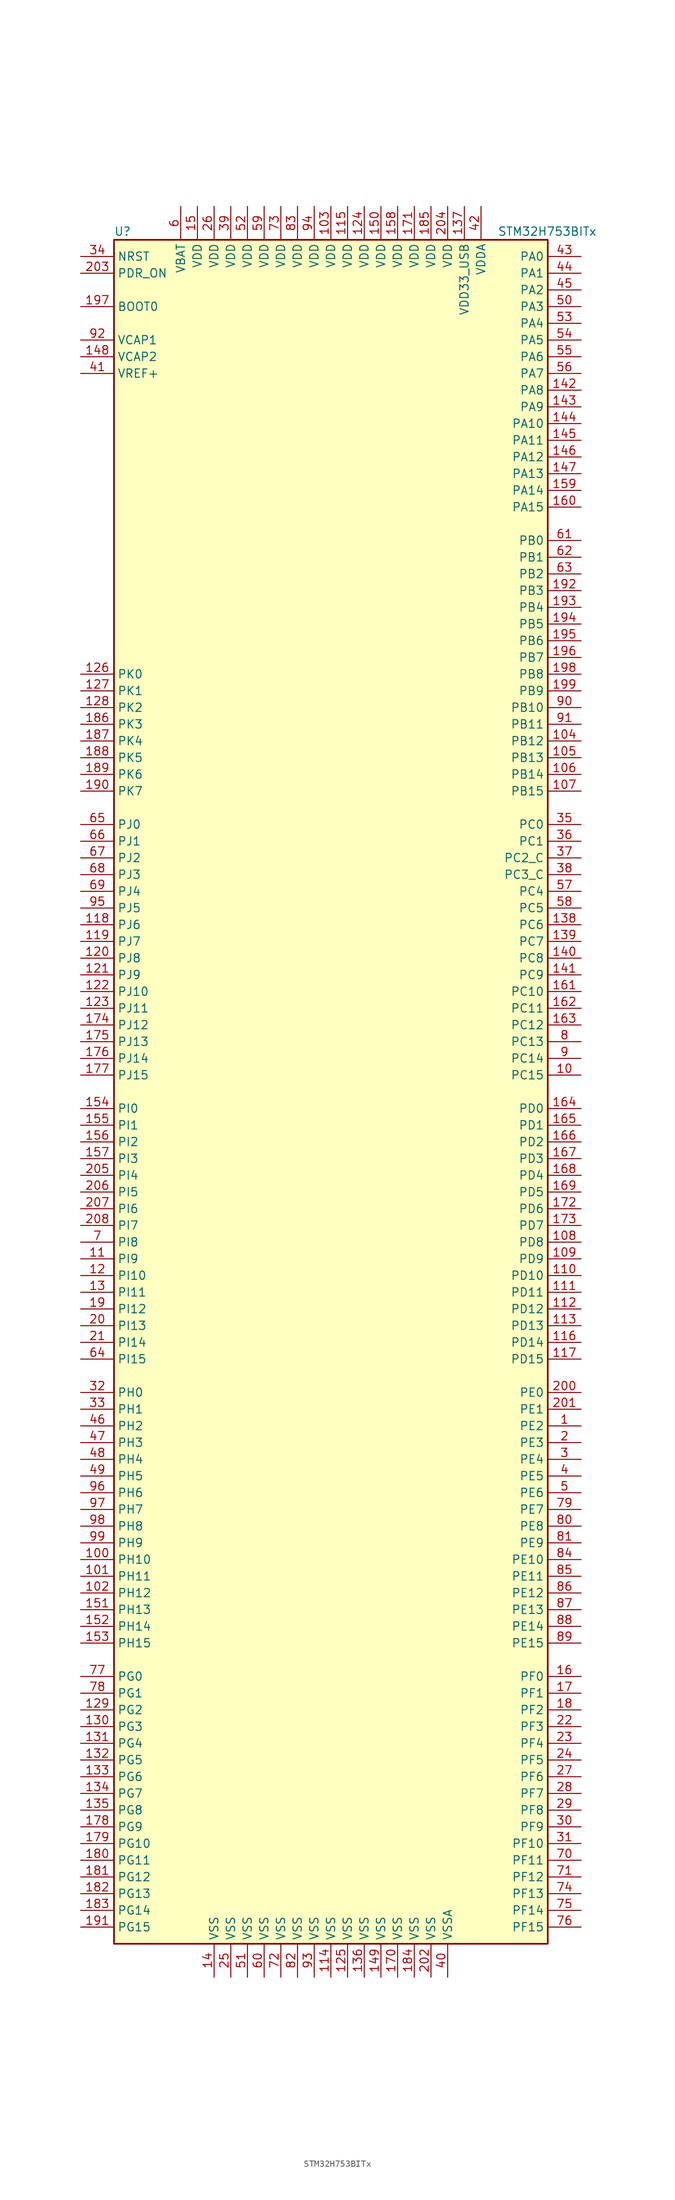
<source format=kicad_sym>
(kicad_symbol_lib
  (version 20201005)
  (generator kicad_symbol_editor)
  (symbol "STM32H753BITx"
    (property "Reference" "U"
      (at -33.02 130.81 0)
      (effects (font (size 1.27 1.27)) (justify left)))
    (property "Value" "STM32H753BITx"
      (at 25.4 130.81 0)
      (effects (font (size 1.27 1.27)) (justify left)))
    (symbol "STM32H753BITx_0_1"
      (rectangle (start -33.02 -129.54) (end 33.02 129.54) (stroke (width 0.254)) (fill (type background))))
    (symbol "STM32H753BITx_1_1"
      (pin input line (at -38.1 119.38 0) (length 5.08) (name "BOOT0" (effects (font (size 1.27 1.27)))) (number "197" (effects (font (size 1.27 1.27)))))
      (pin input line (at -38.1 127 0) (length 5.08) (name "NRST" (effects (font (size 1.27 1.27)))) (number "34" (effects (font (size 1.27 1.27)))))
      (pin bidirectional line (at 38.1 127 180) (length 5.08) (name "PA0" (effects (font (size 1.27 1.27)))) (number "43" (effects (font (size 1.27 1.27)))))
      (pin bidirectional line (at 38.1 124.46 180) (length 5.08) (name "PA1" (effects (font (size 1.27 1.27)))) (number "44" (effects (font (size 1.27 1.27)))))
      (pin bidirectional line (at 38.1 101.6 180) (length 5.08) (name "PA10" (effects (font (size 1.27 1.27)))) (number "144" (effects (font (size 1.27 1.27)))))
      (pin bidirectional line (at 38.1 99.06 180) (length 5.08) (name "PA11" (effects (font (size 1.27 1.27)))) (number "145" (effects (font (size 1.27 1.27)))))
      (pin bidirectional line (at 38.1 96.52 180) (length 5.08) (name "PA12" (effects (font (size 1.27 1.27)))) (number "146" (effects (font (size 1.27 1.27)))))
      (pin bidirectional line (at 38.1 93.98 180) (length 5.08) (name "PA13" (effects (font (size 1.27 1.27)))) (number "147" (effects (font (size 1.27 1.27)))))
      (pin bidirectional line (at 38.1 91.44 180) (length 5.08) (name "PA14" (effects (font (size 1.27 1.27)))) (number "159" (effects (font (size 1.27 1.27)))))
      (pin bidirectional line (at 38.1 88.9 180) (length 5.08) (name "PA15" (effects (font (size 1.27 1.27)))) (number "160" (effects (font (size 1.27 1.27)))))
      (pin bidirectional line (at 38.1 121.92 180) (length 5.08) (name "PA2" (effects (font (size 1.27 1.27)))) (number "45" (effects (font (size 1.27 1.27)))))
      (pin bidirectional line (at 38.1 119.38 180) (length 5.08) (name "PA3" (effects (font (size 1.27 1.27)))) (number "50" (effects (font (size 1.27 1.27)))))
      (pin bidirectional line (at 38.1 116.84 180) (length 5.08) (name "PA4" (effects (font (size 1.27 1.27)))) (number "53" (effects (font (size 1.27 1.27)))))
      (pin bidirectional line (at 38.1 114.3 180) (length 5.08) (name "PA5" (effects (font (size 1.27 1.27)))) (number "54" (effects (font (size 1.27 1.27)))))
      (pin bidirectional line (at 38.1 111.76 180) (length 5.08) (name "PA6" (effects (font (size 1.27 1.27)))) (number "55" (effects (font (size 1.27 1.27)))))
      (pin bidirectional line (at 38.1 109.22 180) (length 5.08) (name "PA7" (effects (font (size 1.27 1.27)))) (number "56" (effects (font (size 1.27 1.27)))))
      (pin bidirectional line (at 38.1 106.68 180) (length 5.08) (name "PA8" (effects (font (size 1.27 1.27)))) (number "142" (effects (font (size 1.27 1.27)))))
      (pin bidirectional line (at 38.1 104.14 180) (length 5.08) (name "PA9" (effects (font (size 1.27 1.27)))) (number "143" (effects (font (size 1.27 1.27)))))
      (pin bidirectional line (at 38.1 83.82 180) (length 5.08) (name "PB0" (effects (font (size 1.27 1.27)))) (number "61" (effects (font (size 1.27 1.27)))))
      (pin bidirectional line (at 38.1 81.28 180) (length 5.08) (name "PB1" (effects (font (size 1.27 1.27)))) (number "62" (effects (font (size 1.27 1.27)))))
      (pin bidirectional line (at 38.1 58.42 180) (length 5.08) (name "PB10" (effects (font (size 1.27 1.27)))) (number "90" (effects (font (size 1.27 1.27)))))
      (pin bidirectional line (at 38.1 55.88 180) (length 5.08) (name "PB11" (effects (font (size 1.27 1.27)))) (number "91" (effects (font (size 1.27 1.27)))))
      (pin bidirectional line (at 38.1 53.34 180) (length 5.08) (name "PB12" (effects (font (size 1.27 1.27)))) (number "104" (effects (font (size 1.27 1.27)))))
      (pin bidirectional line (at 38.1 50.8 180) (length 5.08) (name "PB13" (effects (font (size 1.27 1.27)))) (number "105" (effects (font (size 1.27 1.27)))))
      (pin bidirectional line (at 38.1 48.26 180) (length 5.08) (name "PB14" (effects (font (size 1.27 1.27)))) (number "106" (effects (font (size 1.27 1.27)))))
      (pin bidirectional line (at 38.1 45.72 180) (length 5.08) (name "PB15" (effects (font (size 1.27 1.27)))) (number "107" (effects (font (size 1.27 1.27)))))
      (pin bidirectional line (at 38.1 78.74 180) (length 5.08) (name "PB2" (effects (font (size 1.27 1.27)))) (number "63" (effects (font (size 1.27 1.27)))))
      (pin bidirectional line (at 38.1 76.2 180) (length 5.08) (name "PB3" (effects (font (size 1.27 1.27)))) (number "192" (effects (font (size 1.27 1.27)))))
      (pin bidirectional line (at 38.1 73.66 180) (length 5.08) (name "PB4" (effects (font (size 1.27 1.27)))) (number "193" (effects (font (size 1.27 1.27)))))
      (pin bidirectional line (at 38.1 71.12 180) (length 5.08) (name "PB5" (effects (font (size 1.27 1.27)))) (number "194" (effects (font (size 1.27 1.27)))))
      (pin bidirectional line (at 38.1 68.58 180) (length 5.08) (name "PB6" (effects (font (size 1.27 1.27)))) (number "195" (effects (font (size 1.27 1.27)))))
      (pin bidirectional line (at 38.1 66.04 180) (length 5.08) (name "PB7" (effects (font (size 1.27 1.27)))) (number "196" (effects (font (size 1.27 1.27)))))
      (pin bidirectional line (at 38.1 63.5 180) (length 5.08) (name "PB8" (effects (font (size 1.27 1.27)))) (number "198" (effects (font (size 1.27 1.27)))))
      (pin bidirectional line (at 38.1 60.96 180) (length 5.08) (name "PB9" (effects (font (size 1.27 1.27)))) (number "199" (effects (font (size 1.27 1.27)))))
      (pin bidirectional line (at 38.1 40.64 180) (length 5.08) (name "PC0" (effects (font (size 1.27 1.27)))) (number "35" (effects (font (size 1.27 1.27)))))
      (pin bidirectional line (at 38.1 38.1 180) (length 5.08) (name "PC1" (effects (font (size 1.27 1.27)))) (number "36" (effects (font (size 1.27 1.27)))))
      (pin bidirectional line (at 38.1 15.24 180) (length 5.08) (name "PC10" (effects (font (size 1.27 1.27)))) (number "161" (effects (font (size 1.27 1.27)))))
      (pin bidirectional line (at 38.1 12.7 180) (length 5.08) (name "PC11" (effects (font (size 1.27 1.27)))) (number "162" (effects (font (size 1.27 1.27)))))
      (pin bidirectional line (at 38.1 10.16 180) (length 5.08) (name "PC12" (effects (font (size 1.27 1.27)))) (number "163" (effects (font (size 1.27 1.27)))))
      (pin bidirectional line (at 38.1 7.62 180) (length 5.08) (name "PC13" (effects (font (size 1.27 1.27)))) (number "8" (effects (font (size 1.27 1.27)))))
      (pin bidirectional line (at 38.1 5.08 180) (length 5.08) (name "PC14" (effects (font (size 1.27 1.27)))) (number "9" (effects (font (size 1.27 1.27)))))
      (pin bidirectional line (at 38.1 2.54 180) (length 5.08) (name "PC15" (effects (font (size 1.27 1.27)))) (number "10" (effects (font (size 1.27 1.27)))))
      (pin bidirectional line (at 38.1 35.56 180) (length 5.08) (name "PC2_C" (effects (font (size 1.27 1.27)))) (number "37" (effects (font (size 1.27 1.27)))))
      (pin bidirectional line (at 38.1 33.02 180) (length 5.08) (name "PC3_C" (effects (font (size 1.27 1.27)))) (number "38" (effects (font (size 1.27 1.27)))))
      (pin bidirectional line (at 38.1 30.48 180) (length 5.08) (name "PC4" (effects (font (size 1.27 1.27)))) (number "57" (effects (font (size 1.27 1.27)))))
      (pin bidirectional line (at 38.1 27.94 180) (length 5.08) (name "PC5" (effects (font (size 1.27 1.27)))) (number "58" (effects (font (size 1.27 1.27)))))
      (pin bidirectional line (at 38.1 25.4 180) (length 5.08) (name "PC6" (effects (font (size 1.27 1.27)))) (number "138" (effects (font (size 1.27 1.27)))))
      (pin bidirectional line (at 38.1 22.86 180) (length 5.08) (name "PC7" (effects (font (size 1.27 1.27)))) (number "139" (effects (font (size 1.27 1.27)))))
      (pin bidirectional line (at 38.1 20.32 180) (length 5.08) (name "PC8" (effects (font (size 1.27 1.27)))) (number "140" (effects (font (size 1.27 1.27)))))
      (pin bidirectional line (at 38.1 17.78 180) (length 5.08) (name "PC9" (effects (font (size 1.27 1.27)))) (number "141" (effects (font (size 1.27 1.27)))))
      (pin bidirectional line (at 38.1 -2.54 180) (length 5.08) (name "PD0" (effects (font (size 1.27 1.27)))) (number "164" (effects (font (size 1.27 1.27)))))
      (pin bidirectional line (at 38.1 -5.08 180) (length 5.08) (name "PD1" (effects (font (size 1.27 1.27)))) (number "165" (effects (font (size 1.27 1.27)))))
      (pin bidirectional line (at 38.1 -27.94 180) (length 5.08) (name "PD10" (effects (font (size 1.27 1.27)))) (number "110" (effects (font (size 1.27 1.27)))))
      (pin bidirectional line (at 38.1 -30.48 180) (length 5.08) (name "PD11" (effects (font (size 1.27 1.27)))) (number "111" (effects (font (size 1.27 1.27)))))
      (pin bidirectional line (at 38.1 -33.02 180) (length 5.08) (name "PD12" (effects (font (size 1.27 1.27)))) (number "112" (effects (font (size 1.27 1.27)))))
      (pin bidirectional line (at 38.1 -35.56 180) (length 5.08) (name "PD13" (effects (font (size 1.27 1.27)))) (number "113" (effects (font (size 1.27 1.27)))))
      (pin bidirectional line (at 38.1 -38.1 180) (length 5.08) (name "PD14" (effects (font (size 1.27 1.27)))) (number "116" (effects (font (size 1.27 1.27)))))
      (pin bidirectional line (at 38.1 -40.64 180) (length 5.08) (name "PD15" (effects (font (size 1.27 1.27)))) (number "117" (effects (font (size 1.27 1.27)))))
      (pin bidirectional line (at 38.1 -7.62 180) (length 5.08) (name "PD2" (effects (font (size 1.27 1.27)))) (number "166" (effects (font (size 1.27 1.27)))))
      (pin bidirectional line (at 38.1 -10.16 180) (length 5.08) (name "PD3" (effects (font (size 1.27 1.27)))) (number "167" (effects (font (size 1.27 1.27)))))
      (pin bidirectional line (at 38.1 -12.7 180) (length 5.08) (name "PD4" (effects (font (size 1.27 1.27)))) (number "168" (effects (font (size 1.27 1.27)))))
      (pin bidirectional line (at 38.1 -15.24 180) (length 5.08) (name "PD5" (effects (font (size 1.27 1.27)))) (number "169" (effects (font (size 1.27 1.27)))))
      (pin bidirectional line (at 38.1 -17.78 180) (length 5.08) (name "PD6" (effects (font (size 1.27 1.27)))) (number "172" (effects (font (size 1.27 1.27)))))
      (pin bidirectional line (at 38.1 -20.32 180) (length 5.08) (name "PD7" (effects (font (size 1.27 1.27)))) (number "173" (effects (font (size 1.27 1.27)))))
      (pin bidirectional line (at 38.1 -22.86 180) (length 5.08) (name "PD8" (effects (font (size 1.27 1.27)))) (number "108" (effects (font (size 1.27 1.27)))))
      (pin bidirectional line (at 38.1 -25.4 180) (length 5.08) (name "PD9" (effects (font (size 1.27 1.27)))) (number "109" (effects (font (size 1.27 1.27)))))
      (pin input line (at -38.1 124.46 0) (length 5.08) (name "PDR_ON" (effects (font (size 1.27 1.27)))) (number "203" (effects (font (size 1.27 1.27)))))
      (pin bidirectional line (at 38.1 -45.72 180) (length 5.08) (name "PE0" (effects (font (size 1.27 1.27)))) (number "200" (effects (font (size 1.27 1.27)))))
      (pin bidirectional line (at 38.1 -48.26 180) (length 5.08) (name "PE1" (effects (font (size 1.27 1.27)))) (number "201" (effects (font (size 1.27 1.27)))))
      (pin bidirectional line (at 38.1 -71.12 180) (length 5.08) (name "PE10" (effects (font (size 1.27 1.27)))) (number "84" (effects (font (size 1.27 1.27)))))
      (pin bidirectional line (at 38.1 -73.66 180) (length 5.08) (name "PE11" (effects (font (size 1.27 1.27)))) (number "85" (effects (font (size 1.27 1.27)))))
      (pin bidirectional line (at 38.1 -76.2 180) (length 5.08) (name "PE12" (effects (font (size 1.27 1.27)))) (number "86" (effects (font (size 1.27 1.27)))))
      (pin bidirectional line (at 38.1 -78.74 180) (length 5.08) (name "PE13" (effects (font (size 1.27 1.27)))) (number "87" (effects (font (size 1.27 1.27)))))
      (pin bidirectional line (at 38.1 -81.28 180) (length 5.08) (name "PE14" (effects (font (size 1.27 1.27)))) (number "88" (effects (font (size 1.27 1.27)))))
      (pin bidirectional line (at 38.1 -83.82 180) (length 5.08) (name "PE15" (effects (font (size 1.27 1.27)))) (number "89" (effects (font (size 1.27 1.27)))))
      (pin bidirectional line (at 38.1 -50.8 180) (length 5.08) (name "PE2" (effects (font (size 1.27 1.27)))) (number "1" (effects (font (size 1.27 1.27)))))
      (pin bidirectional line (at 38.1 -53.34 180) (length 5.08) (name "PE3" (effects (font (size 1.27 1.27)))) (number "2" (effects (font (size 1.27 1.27)))))
      (pin bidirectional line (at 38.1 -55.88 180) (length 5.08) (name "PE4" (effects (font (size 1.27 1.27)))) (number "3" (effects (font (size 1.27 1.27)))))
      (pin bidirectional line (at 38.1 -58.42 180) (length 5.08) (name "PE5" (effects (font (size 1.27 1.27)))) (number "4" (effects (font (size 1.27 1.27)))))
      (pin bidirectional line (at 38.1 -60.96 180) (length 5.08) (name "PE6" (effects (font (size 1.27 1.27)))) (number "5" (effects (font (size 1.27 1.27)))))
      (pin bidirectional line (at 38.1 -63.5 180) (length 5.08) (name "PE7" (effects (font (size 1.27 1.27)))) (number "79" (effects (font (size 1.27 1.27)))))
      (pin bidirectional line (at 38.1 -66.04 180) (length 5.08) (name "PE8" (effects (font (size 1.27 1.27)))) (number "80" (effects (font (size 1.27 1.27)))))
      (pin bidirectional line (at 38.1 -68.58 180) (length 5.08) (name "PE9" (effects (font (size 1.27 1.27)))) (number "81" (effects (font (size 1.27 1.27)))))
      (pin bidirectional line (at 38.1 -88.9 180) (length 5.08) (name "PF0" (effects (font (size 1.27 1.27)))) (number "16" (effects (font (size 1.27 1.27)))))
      (pin bidirectional line (at 38.1 -91.44 180) (length 5.08) (name "PF1" (effects (font (size 1.27 1.27)))) (number "17" (effects (font (size 1.27 1.27)))))
      (pin bidirectional line (at 38.1 -114.3 180) (length 5.08) (name "PF10" (effects (font (size 1.27 1.27)))) (number "31" (effects (font (size 1.27 1.27)))))
      (pin bidirectional line (at 38.1 -116.84 180) (length 5.08) (name "PF11" (effects (font (size 1.27 1.27)))) (number "70" (effects (font (size 1.27 1.27)))))
      (pin bidirectional line (at 38.1 -119.38 180) (length 5.08) (name "PF12" (effects (font (size 1.27 1.27)))) (number "71" (effects (font (size 1.27 1.27)))))
      (pin bidirectional line (at 38.1 -121.92 180) (length 5.08) (name "PF13" (effects (font (size 1.27 1.27)))) (number "74" (effects (font (size 1.27 1.27)))))
      (pin bidirectional line (at 38.1 -124.46 180) (length 5.08) (name "PF14" (effects (font (size 1.27 1.27)))) (number "75" (effects (font (size 1.27 1.27)))))
      (pin bidirectional line (at 38.1 -127 180) (length 5.08) (name "PF15" (effects (font (size 1.27 1.27)))) (number "76" (effects (font (size 1.27 1.27)))))
      (pin bidirectional line (at 38.1 -93.98 180) (length 5.08) (name "PF2" (effects (font (size 1.27 1.27)))) (number "18" (effects (font (size 1.27 1.27)))))
      (pin bidirectional line (at 38.1 -96.52 180) (length 5.08) (name "PF3" (effects (font (size 1.27 1.27)))) (number "22" (effects (font (size 1.27 1.27)))))
      (pin bidirectional line (at 38.1 -99.06 180) (length 5.08) (name "PF4" (effects (font (size 1.27 1.27)))) (number "23" (effects (font (size 1.27 1.27)))))
      (pin bidirectional line (at 38.1 -101.6 180) (length 5.08) (name "PF5" (effects (font (size 1.27 1.27)))) (number "24" (effects (font (size 1.27 1.27)))))
      (pin bidirectional line (at 38.1 -104.14 180) (length 5.08) (name "PF6" (effects (font (size 1.27 1.27)))) (number "27" (effects (font (size 1.27 1.27)))))
      (pin bidirectional line (at 38.1 -106.68 180) (length 5.08) (name "PF7" (effects (font (size 1.27 1.27)))) (number "28" (effects (font (size 1.27 1.27)))))
      (pin bidirectional line (at 38.1 -109.22 180) (length 5.08) (name "PF8" (effects (font (size 1.27 1.27)))) (number "29" (effects (font (size 1.27 1.27)))))
      (pin bidirectional line (at 38.1 -111.76 180) (length 5.08) (name "PF9" (effects (font (size 1.27 1.27)))) (number "30" (effects (font (size 1.27 1.27)))))
      (pin bidirectional line (at -38.1 -88.9 0) (length 5.08) (name "PG0" (effects (font (size 1.27 1.27)))) (number "77" (effects (font (size 1.27 1.27)))))
      (pin bidirectional line (at -38.1 -91.44 0) (length 5.08) (name "PG1" (effects (font (size 1.27 1.27)))) (number "78" (effects (font (size 1.27 1.27)))))
      (pin bidirectional line (at -38.1 -114.3 0) (length 5.08) (name "PG10" (effects (font (size 1.27 1.27)))) (number "179" (effects (font (size 1.27 1.27)))))
      (pin bidirectional line (at -38.1 -116.84 0) (length 5.08) (name "PG11" (effects (font (size 1.27 1.27)))) (number "180" (effects (font (size 1.27 1.27)))))
      (pin bidirectional line (at -38.1 -119.38 0) (length 5.08) (name "PG12" (effects (font (size 1.27 1.27)))) (number "181" (effects (font (size 1.27 1.27)))))
      (pin bidirectional line (at -38.1 -121.92 0) (length 5.08) (name "PG13" (effects (font (size 1.27 1.27)))) (number "182" (effects (font (size 1.27 1.27)))))
      (pin bidirectional line (at -38.1 -124.46 0) (length 5.08) (name "PG14" (effects (font (size 1.27 1.27)))) (number "183" (effects (font (size 1.27 1.27)))))
      (pin bidirectional line (at -38.1 -127 0) (length 5.08) (name "PG15" (effects (font (size 1.27 1.27)))) (number "191" (effects (font (size 1.27 1.27)))))
      (pin bidirectional line (at -38.1 -93.98 0) (length 5.08) (name "PG2" (effects (font (size 1.27 1.27)))) (number "129" (effects (font (size 1.27 1.27)))))
      (pin bidirectional line (at -38.1 -96.52 0) (length 5.08) (name "PG3" (effects (font (size 1.27 1.27)))) (number "130" (effects (font (size 1.27 1.27)))))
      (pin bidirectional line (at -38.1 -99.06 0) (length 5.08) (name "PG4" (effects (font (size 1.27 1.27)))) (number "131" (effects (font (size 1.27 1.27)))))
      (pin bidirectional line (at -38.1 -101.6 0) (length 5.08) (name "PG5" (effects (font (size 1.27 1.27)))) (number "132" (effects (font (size 1.27 1.27)))))
      (pin bidirectional line (at -38.1 -104.14 0) (length 5.08) (name "PG6" (effects (font (size 1.27 1.27)))) (number "133" (effects (font (size 1.27 1.27)))))
      (pin bidirectional line (at -38.1 -106.68 0) (length 5.08) (name "PG7" (effects (font (size 1.27 1.27)))) (number "134" (effects (font (size 1.27 1.27)))))
      (pin bidirectional line (at -38.1 -109.22 0) (length 5.08) (name "PG8" (effects (font (size 1.27 1.27)))) (number "135" (effects (font (size 1.27 1.27)))))
      (pin bidirectional line (at -38.1 -111.76 0) (length 5.08) (name "PG9" (effects (font (size 1.27 1.27)))) (number "178" (effects (font (size 1.27 1.27)))))
      (pin input line (at -38.1 -45.72 0) (length 5.08) (name "PH0" (effects (font (size 1.27 1.27)))) (number "32" (effects (font (size 1.27 1.27)))))
      (pin input line (at -38.1 -48.26 0) (length 5.08) (name "PH1" (effects (font (size 1.27 1.27)))) (number "33" (effects (font (size 1.27 1.27)))))
      (pin bidirectional line (at -38.1 -71.12 0) (length 5.08) (name "PH10" (effects (font (size 1.27 1.27)))) (number "100" (effects (font (size 1.27 1.27)))))
      (pin bidirectional line (at -38.1 -73.66 0) (length 5.08) (name "PH11" (effects (font (size 1.27 1.27)))) (number "101" (effects (font (size 1.27 1.27)))))
      (pin bidirectional line (at -38.1 -76.2 0) (length 5.08) (name "PH12" (effects (font (size 1.27 1.27)))) (number "102" (effects (font (size 1.27 1.27)))))
      (pin bidirectional line (at -38.1 -78.74 0) (length 5.08) (name "PH13" (effects (font (size 1.27 1.27)))) (number "151" (effects (font (size 1.27 1.27)))))
      (pin bidirectional line (at -38.1 -81.28 0) (length 5.08) (name "PH14" (effects (font (size 1.27 1.27)))) (number "152" (effects (font (size 1.27 1.27)))))
      (pin bidirectional line (at -38.1 -83.82 0) (length 5.08) (name "PH15" (effects (font (size 1.27 1.27)))) (number "153" (effects (font (size 1.27 1.27)))))
      (pin bidirectional line (at -38.1 -50.8 0) (length 5.08) (name "PH2" (effects (font (size 1.27 1.27)))) (number "46" (effects (font (size 1.27 1.27)))))
      (pin bidirectional line (at -38.1 -53.34 0) (length 5.08) (name "PH3" (effects (font (size 1.27 1.27)))) (number "47" (effects (font (size 1.27 1.27)))))
      (pin bidirectional line (at -38.1 -55.88 0) (length 5.08) (name "PH4" (effects (font (size 1.27 1.27)))) (number "48" (effects (font (size 1.27 1.27)))))
      (pin bidirectional line (at -38.1 -58.42 0) (length 5.08) (name "PH5" (effects (font (size 1.27 1.27)))) (number "49" (effects (font (size 1.27 1.27)))))
      (pin bidirectional line (at -38.1 -60.96 0) (length 5.08) (name "PH6" (effects (font (size 1.27 1.27)))) (number "96" (effects (font (size 1.27 1.27)))))
      (pin bidirectional line (at -38.1 -63.5 0) (length 5.08) (name "PH7" (effects (font (size 1.27 1.27)))) (number "97" (effects (font (size 1.27 1.27)))))
      (pin bidirectional line (at -38.1 -66.04 0) (length 5.08) (name "PH8" (effects (font (size 1.27 1.27)))) (number "98" (effects (font (size 1.27 1.27)))))
      (pin bidirectional line (at -38.1 -68.58 0) (length 5.08) (name "PH9" (effects (font (size 1.27 1.27)))) (number "99" (effects (font (size 1.27 1.27)))))
      (pin bidirectional line (at -38.1 -2.54 0) (length 5.08) (name "PI0" (effects (font (size 1.27 1.27)))) (number "154" (effects (font (size 1.27 1.27)))))
      (pin bidirectional line (at -38.1 -5.08 0) (length 5.08) (name "PI1" (effects (font (size 1.27 1.27)))) (number "155" (effects (font (size 1.27 1.27)))))
      (pin bidirectional line (at -38.1 -27.94 0) (length 5.08) (name "PI10" (effects (font (size 1.27 1.27)))) (number "12" (effects (font (size 1.27 1.27)))))
      (pin bidirectional line (at -38.1 -30.48 0) (length 5.08) (name "PI11" (effects (font (size 1.27 1.27)))) (number "13" (effects (font (size 1.27 1.27)))))
      (pin bidirectional line (at -38.1 -33.02 0) (length 5.08) (name "PI12" (effects (font (size 1.27 1.27)))) (number "19" (effects (font (size 1.27 1.27)))))
      (pin bidirectional line (at -38.1 -35.56 0) (length 5.08) (name "PI13" (effects (font (size 1.27 1.27)))) (number "20" (effects (font (size 1.27 1.27)))))
      (pin bidirectional line (at -38.1 -38.1 0) (length 5.08) (name "PI14" (effects (font (size 1.27 1.27)))) (number "21" (effects (font (size 1.27 1.27)))))
      (pin bidirectional line (at -38.1 -40.64 0) (length 5.08) (name "PI15" (effects (font (size 1.27 1.27)))) (number "64" (effects (font (size 1.27 1.27)))))
      (pin bidirectional line (at -38.1 -7.62 0) (length 5.08) (name "PI2" (effects (font (size 1.27 1.27)))) (number "156" (effects (font (size 1.27 1.27)))))
      (pin bidirectional line (at -38.1 -10.16 0) (length 5.08) (name "PI3" (effects (font (size 1.27 1.27)))) (number "157" (effects (font (size 1.27 1.27)))))
      (pin bidirectional line (at -38.1 -12.7 0) (length 5.08) (name "PI4" (effects (font (size 1.27 1.27)))) (number "205" (effects (font (size 1.27 1.27)))))
      (pin bidirectional line (at -38.1 -15.24 0) (length 5.08) (name "PI5" (effects (font (size 1.27 1.27)))) (number "206" (effects (font (size 1.27 1.27)))))
      (pin bidirectional line (at -38.1 -17.78 0) (length 5.08) (name "PI6" (effects (font (size 1.27 1.27)))) (number "207" (effects (font (size 1.27 1.27)))))
      (pin bidirectional line (at -38.1 -20.32 0) (length 5.08) (name "PI7" (effects (font (size 1.27 1.27)))) (number "208" (effects (font (size 1.27 1.27)))))
      (pin bidirectional line (at -38.1 -22.86 0) (length 5.08) (name "PI8" (effects (font (size 1.27 1.27)))) (number "7" (effects (font (size 1.27 1.27)))))
      (pin bidirectional line (at -38.1 -25.4 0) (length 5.08) (name "PI9" (effects (font (size 1.27 1.27)))) (number "11" (effects (font (size 1.27 1.27)))))
      (pin bidirectional line (at -38.1 40.64 0) (length 5.08) (name "PJ0" (effects (font (size 1.27 1.27)))) (number "65" (effects (font (size 1.27 1.27)))))
      (pin bidirectional line (at -38.1 38.1 0) (length 5.08) (name "PJ1" (effects (font (size 1.27 1.27)))) (number "66" (effects (font (size 1.27 1.27)))))
      (pin bidirectional line (at -38.1 15.24 0) (length 5.08) (name "PJ10" (effects (font (size 1.27 1.27)))) (number "122" (effects (font (size 1.27 1.27)))))
      (pin bidirectional line (at -38.1 12.7 0) (length 5.08) (name "PJ11" (effects (font (size 1.27 1.27)))) (number "123" (effects (font (size 1.27 1.27)))))
      (pin bidirectional line (at -38.1 10.16 0) (length 5.08) (name "PJ12" (effects (font (size 1.27 1.27)))) (number "174" (effects (font (size 1.27 1.27)))))
      (pin bidirectional line (at -38.1 7.62 0) (length 5.08) (name "PJ13" (effects (font (size 1.27 1.27)))) (number "175" (effects (font (size 1.27 1.27)))))
      (pin bidirectional line (at -38.1 5.08 0) (length 5.08) (name "PJ14" (effects (font (size 1.27 1.27)))) (number "176" (effects (font (size 1.27 1.27)))))
      (pin bidirectional line (at -38.1 2.54 0) (length 5.08) (name "PJ15" (effects (font (size 1.27 1.27)))) (number "177" (effects (font (size 1.27 1.27)))))
      (pin bidirectional line (at -38.1 35.56 0) (length 5.08) (name "PJ2" (effects (font (size 1.27 1.27)))) (number "67" (effects (font (size 1.27 1.27)))))
      (pin bidirectional line (at -38.1 33.02 0) (length 5.08) (name "PJ3" (effects (font (size 1.27 1.27)))) (number "68" (effects (font (size 1.27 1.27)))))
      (pin bidirectional line (at -38.1 30.48 0) (length 5.08) (name "PJ4" (effects (font (size 1.27 1.27)))) (number "69" (effects (font (size 1.27 1.27)))))
      (pin bidirectional line (at -38.1 27.94 0) (length 5.08) (name "PJ5" (effects (font (size 1.27 1.27)))) (number "95" (effects (font (size 1.27 1.27)))))
      (pin bidirectional line (at -38.1 25.4 0) (length 5.08) (name "PJ6" (effects (font (size 1.27 1.27)))) (number "118" (effects (font (size 1.27 1.27)))))
      (pin bidirectional line (at -38.1 22.86 0) (length 5.08) (name "PJ7" (effects (font (size 1.27 1.27)))) (number "119" (effects (font (size 1.27 1.27)))))
      (pin bidirectional line (at -38.1 20.32 0) (length 5.08) (name "PJ8" (effects (font (size 1.27 1.27)))) (number "120" (effects (font (size 1.27 1.27)))))
      (pin bidirectional line (at -38.1 17.78 0) (length 5.08) (name "PJ9" (effects (font (size 1.27 1.27)))) (number "121" (effects (font (size 1.27 1.27)))))
      (pin bidirectional line (at -38.1 63.5 0) (length 5.08) (name "PK0" (effects (font (size 1.27 1.27)))) (number "126" (effects (font (size 1.27 1.27)))))
      (pin bidirectional line (at -38.1 60.96 0) (length 5.08) (name "PK1" (effects (font (size 1.27 1.27)))) (number "127" (effects (font (size 1.27 1.27)))))
      (pin bidirectional line (at -38.1 58.42 0) (length 5.08) (name "PK2" (effects (font (size 1.27 1.27)))) (number "128" (effects (font (size 1.27 1.27)))))
      (pin bidirectional line (at -38.1 55.88 0) (length 5.08) (name "PK3" (effects (font (size 1.27 1.27)))) (number "186" (effects (font (size 1.27 1.27)))))
      (pin bidirectional line (at -38.1 53.34 0) (length 5.08) (name "PK4" (effects (font (size 1.27 1.27)))) (number "187" (effects (font (size 1.27 1.27)))))
      (pin bidirectional line (at -38.1 50.8 0) (length 5.08) (name "PK5" (effects (font (size 1.27 1.27)))) (number "188" (effects (font (size 1.27 1.27)))))
      (pin bidirectional line (at -38.1 48.26 0) (length 5.08) (name "PK6" (effects (font (size 1.27 1.27)))) (number "189" (effects (font (size 1.27 1.27)))))
      (pin bidirectional line (at -38.1 45.72 0) (length 5.08) (name "PK7" (effects (font (size 1.27 1.27)))) (number "190" (effects (font (size 1.27 1.27)))))
      (pin power_in line (at -22.86 134.62 270) (length 5.08) (name "VBAT" (effects (font (size 1.27 1.27)))) (number "6" (effects (font (size 1.27 1.27)))))
      (pin power_in line (at -38.1 114.3 0) (length 5.08) (name "VCAP1" (effects (font (size 1.27 1.27)))) (number "92" (effects (font (size 1.27 1.27)))))
      (pin power_in line (at -38.1 111.76 0) (length 5.08) (name "VCAP2" (effects (font (size 1.27 1.27)))) (number "148" (effects (font (size 1.27 1.27)))))
      (pin power_in line (at 0 134.62 270) (length 5.08) (name "VDD" (effects (font (size 1.27 1.27)))) (number "103" (effects (font (size 1.27 1.27)))))
      (pin power_in line (at 2.54 134.62 270) (length 5.08) (name "VDD" (effects (font (size 1.27 1.27)))) (number "115" (effects (font (size 1.27 1.27)))))
      (pin power_in line (at 5.08 134.62 270) (length 5.08) (name "VDD" (effects (font (size 1.27 1.27)))) (number "124" (effects (font (size 1.27 1.27)))))
      (pin power_in line (at -20.32 134.62 270) (length 5.08) (name "VDD" (effects (font (size 1.27 1.27)))) (number "15" (effects (font (size 1.27 1.27)))))
      (pin power_in line (at 7.62 134.62 270) (length 5.08) (name "VDD" (effects (font (size 1.27 1.27)))) (number "150" (effects (font (size 1.27 1.27)))))
      (pin power_in line (at 10.16 134.62 270) (length 5.08) (name "VDD" (effects (font (size 1.27 1.27)))) (number "158" (effects (font (size 1.27 1.27)))))
      (pin power_in line (at 12.7 134.62 270) (length 5.08) (name "VDD" (effects (font (size 1.27 1.27)))) (number "171" (effects (font (size 1.27 1.27)))))
      (pin power_in line (at 15.24 134.62 270) (length 5.08) (name "VDD" (effects (font (size 1.27 1.27)))) (number "185" (effects (font (size 1.27 1.27)))))
      (pin power_in line (at 17.78 134.62 270) (length 5.08) (name "VDD" (effects (font (size 1.27 1.27)))) (number "204" (effects (font (size 1.27 1.27)))))
      (pin power_in line (at -17.78 134.62 270) (length 5.08) (name "VDD" (effects (font (size 1.27 1.27)))) (number "26" (effects (font (size 1.27 1.27)))))
      (pin power_in line (at -15.24 134.62 270) (length 5.08) (name "VDD" (effects (font (size 1.27 1.27)))) (number "39" (effects (font (size 1.27 1.27)))))
      (pin power_in line (at -12.7 134.62 270) (length 5.08) (name "VDD" (effects (font (size 1.27 1.27)))) (number "52" (effects (font (size 1.27 1.27)))))
      (pin power_in line (at -10.16 134.62 270) (length 5.08) (name "VDD" (effects (font (size 1.27 1.27)))) (number "59" (effects (font (size 1.27 1.27)))))
      (pin power_in line (at -7.62 134.62 270) (length 5.08) (name "VDD" (effects (font (size 1.27 1.27)))) (number "73" (effects (font (size 1.27 1.27)))))
      (pin power_in line (at -5.08 134.62 270) (length 5.08) (name "VDD" (effects (font (size 1.27 1.27)))) (number "83" (effects (font (size 1.27 1.27)))))
      (pin power_in line (at -2.54 134.62 270) (length 5.08) (name "VDD" (effects (font (size 1.27 1.27)))) (number "94" (effects (font (size 1.27 1.27)))))
      (pin power_in line (at 20.32 134.62 270) (length 5.08) (name "VDD33_USB" (effects (font (size 1.27 1.27)))) (number "137" (effects (font (size 1.27 1.27)))))
      (pin power_in line (at 22.86 134.62 270) (length 5.08) (name "VDDA" (effects (font (size 1.27 1.27)))) (number "42" (effects (font (size 1.27 1.27)))))
      (pin bidirectional line (at -38.1 109.22 0) (length 5.08) (name "VREF+" (effects (font (size 1.27 1.27)))) (number "41" (effects (font (size 1.27 1.27)))))
      (pin power_in line (at 0 -134.62 90) (length 5.08) (name "VSS" (effects (font (size 1.27 1.27)))) (number "114" (effects (font (size 1.27 1.27)))))
      (pin power_in line (at 2.54 -134.62 90) (length 5.08) (name "VSS" (effects (font (size 1.27 1.27)))) (number "125" (effects (font (size 1.27 1.27)))))
      (pin power_in line (at 5.08 -134.62 90) (length 5.08) (name "VSS" (effects (font (size 1.27 1.27)))) (number "136" (effects (font (size 1.27 1.27)))))
      (pin power_in line (at -17.78 -134.62 90) (length 5.08) (name "VSS" (effects (font (size 1.27 1.27)))) (number "14" (effects (font (size 1.27 1.27)))))
      (pin power_in line (at 7.62 -134.62 90) (length 5.08) (name "VSS" (effects (font (size 1.27 1.27)))) (number "149" (effects (font (size 1.27 1.27)))))
      (pin power_in line (at 10.16 -134.62 90) (length 5.08) (name "VSS" (effects (font (size 1.27 1.27)))) (number "170" (effects (font (size 1.27 1.27)))))
      (pin power_in line (at 12.7 -134.62 90) (length 5.08) (name "VSS" (effects (font (size 1.27 1.27)))) (number "184" (effects (font (size 1.27 1.27)))))
      (pin power_in line (at 15.24 -134.62 90) (length 5.08) (name "VSS" (effects (font (size 1.27 1.27)))) (number "202" (effects (font (size 1.27 1.27)))))
      (pin power_in line (at -15.24 -134.62 90) (length 5.08) (name "VSS" (effects (font (size 1.27 1.27)))) (number "25" (effects (font (size 1.27 1.27)))))
      (pin power_in line (at -12.7 -134.62 90) (length 5.08) (name "VSS" (effects (font (size 1.27 1.27)))) (number "51" (effects (font (size 1.27 1.27)))))
      (pin power_in line (at -10.16 -134.62 90) (length 5.08) (name "VSS" (effects (font (size 1.27 1.27)))) (number "60" (effects (font (size 1.27 1.27)))))
      (pin power_in line (at -7.62 -134.62 90) (length 5.08) (name "VSS" (effects (font (size 1.27 1.27)))) (number "72" (effects (font (size 1.27 1.27)))))
      (pin power_in line (at -5.08 -134.62 90) (length 5.08) (name "VSS" (effects (font (size 1.27 1.27)))) (number "82" (effects (font (size 1.27 1.27)))))
      (pin power_in line (at -2.54 -134.62 90) (length 5.08) (name "VSS" (effects (font (size 1.27 1.27)))) (number "93" (effects (font (size 1.27 1.27)))))
      (pin power_in line (at 17.78 -134.62 90) (length 5.08) (name "VSSA" (effects (font (size 1.27 1.27)))) (number "40" (effects (font (size 1.27 1.27))))))))
</source>
